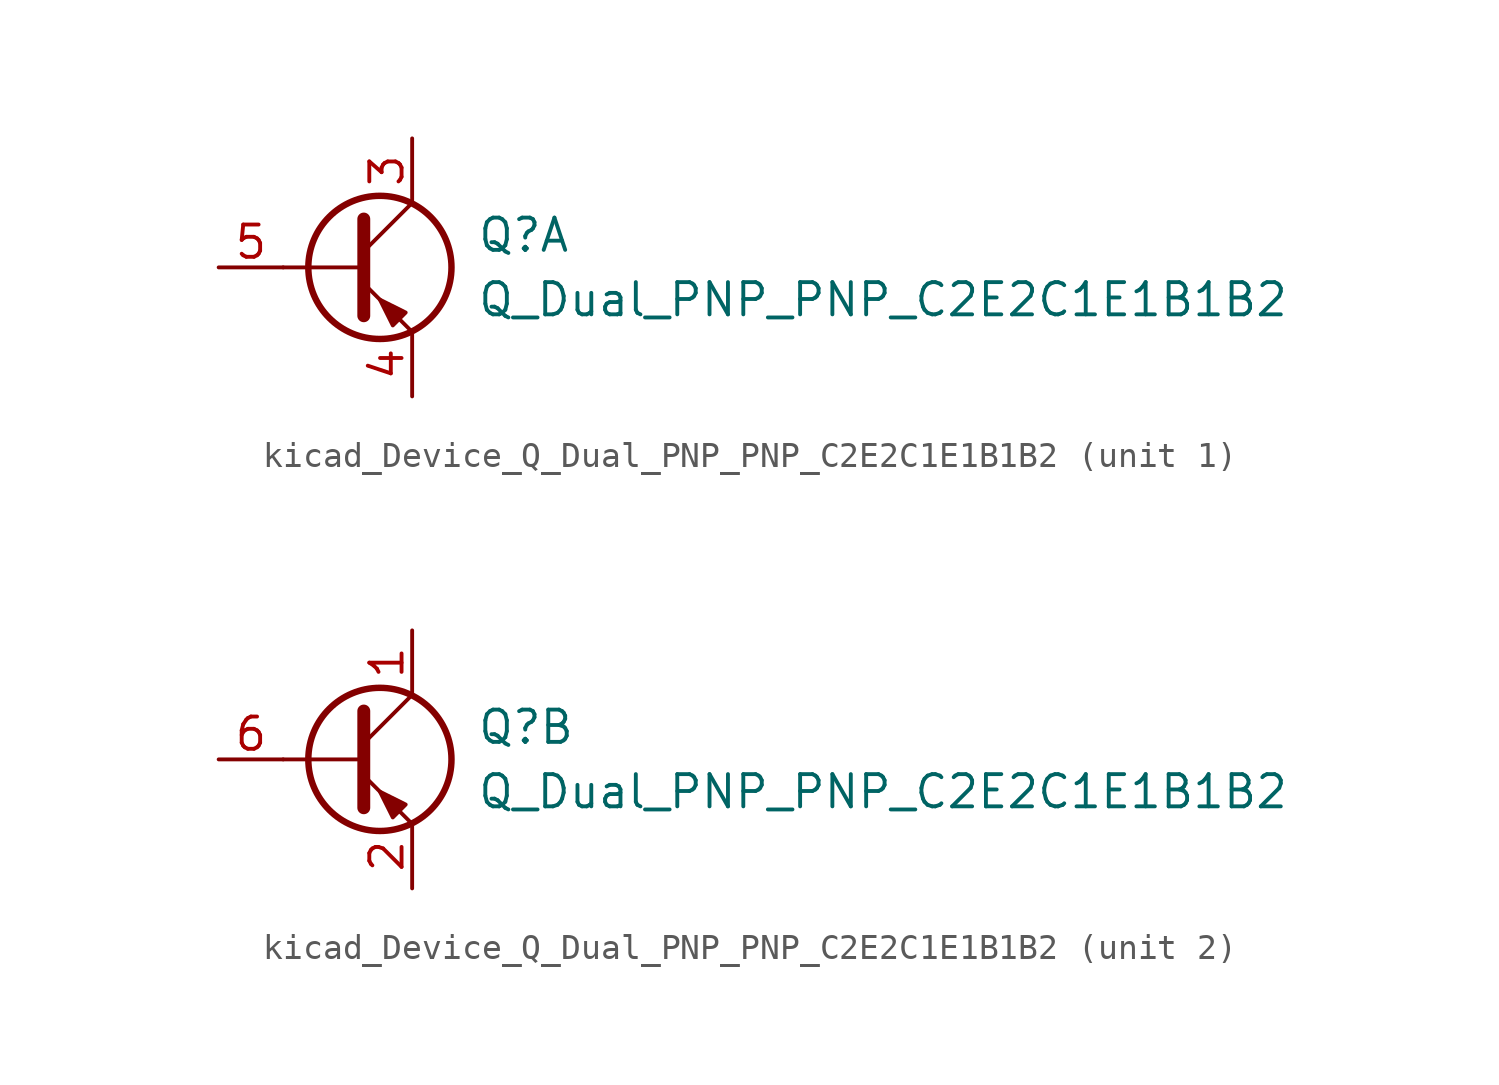
<source format=kicad_sym>
(kicad_symbol_lib
  (version 20220914)
  (generator kicad_symbol_editor)
  (symbol "kicad_Device_Q_Dual_PNP_PNP_C2E2C1E1B1B2"
    (pin_names
      (offset 0) hide)
    (property "Reference" "Q"
      (at 5.08 1.27 0)
      (effects (font (size 1.27 1.27)) (justify left)))
    (property "Value" "Q_Dual_PNP_PNP_C2E2C1E1B1B2"
      (at 5.08 -1.27 0)
      (effects (font (size 1.27 1.27)) (justify left)))
    (property "ki_locked" ""
      (at 0 0 0)
      (effects (font (size 1.27 1.27))))
    (symbol "kicad_Device_Q_Dual_PNP_PNP_C2E2C1E1B1B2_0_1"
      (polyline (pts (xy 0.635 0) (xy -2.54 0)) (stroke (width 0) (type default)) (fill (type none)))
      (polyline (pts (xy 0.635 0.635) (xy 2.54 2.54)) (stroke (width 0) (type default)) (fill (type none)))
      (polyline (pts (xy 0.635 -0.635) (xy 2.54 -2.54) (xy 2.54 -2.54)) (stroke (width 0) (type default)) (fill (type none)))
      (polyline (pts (xy 0.635 1.905) (xy 0.635 -1.905) (xy 0.635 -1.905)) (stroke (width 0.508) (type default)) (fill (type none)))
      (polyline (pts (xy 2.286 -1.778) (xy 1.778 -2.286) (xy 1.27 -1.27) (xy 2.286 -1.778) (xy 2.286 -1.778)) (stroke (width 0) (type default)) (fill (type outline)))
      (circle (center 1.27 0) (radius 2.819) (stroke (width 0.254) (type default)) (fill (type none))))
    (symbol "kicad_Device_Q_Dual_PNP_PNP_C2E2C1E1B1B2_1_1"
      (pin passive line (at 2.54 5.08 270) (length 2.54) (name "C1" (effects (font (size 1.27 1.27)))) (number "3" (effects (font (size 1.27 1.27)))))
      (pin passive line (at 2.54 -5.08 90) (length 2.54) (name "E1" (effects (font (size 1.27 1.27)))) (number "4" (effects (font (size 1.27 1.27)))))
      (pin input line (at -5.08 0 0) (length 2.54) (name "B1" (effects (font (size 1.27 1.27)))) (number "5" (effects (font (size 1.27 1.27))))))
    (symbol "kicad_Device_Q_Dual_PNP_PNP_C2E2C1E1B1B2_2_1"
      (pin passive line (at 2.54 5.08 270) (length 2.54) (name "C2" (effects (font (size 1.27 1.27)))) (number "1" (effects (font (size 1.27 1.27)))))
      (pin passive line (at 2.54 -5.08 90) (length 2.54) (name "E2" (effects (font (size 1.27 1.27)))) (number "2" (effects (font (size 1.27 1.27)))))
      (pin input line (at -5.08 0 0) (length 2.54) (name "B2" (effects (font (size 1.27 1.27)))) (number "6" (effects (font (size 1.27 1.27))))))))
</source>
